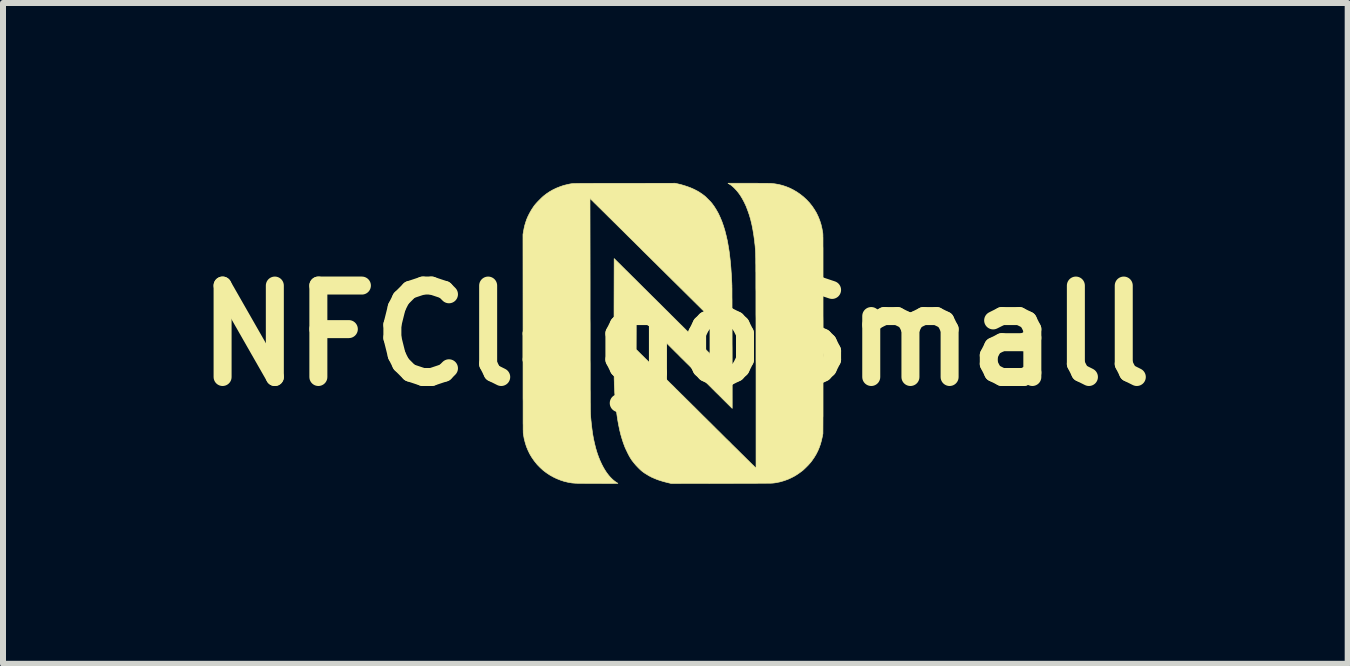
<source format=kicad_pcb>
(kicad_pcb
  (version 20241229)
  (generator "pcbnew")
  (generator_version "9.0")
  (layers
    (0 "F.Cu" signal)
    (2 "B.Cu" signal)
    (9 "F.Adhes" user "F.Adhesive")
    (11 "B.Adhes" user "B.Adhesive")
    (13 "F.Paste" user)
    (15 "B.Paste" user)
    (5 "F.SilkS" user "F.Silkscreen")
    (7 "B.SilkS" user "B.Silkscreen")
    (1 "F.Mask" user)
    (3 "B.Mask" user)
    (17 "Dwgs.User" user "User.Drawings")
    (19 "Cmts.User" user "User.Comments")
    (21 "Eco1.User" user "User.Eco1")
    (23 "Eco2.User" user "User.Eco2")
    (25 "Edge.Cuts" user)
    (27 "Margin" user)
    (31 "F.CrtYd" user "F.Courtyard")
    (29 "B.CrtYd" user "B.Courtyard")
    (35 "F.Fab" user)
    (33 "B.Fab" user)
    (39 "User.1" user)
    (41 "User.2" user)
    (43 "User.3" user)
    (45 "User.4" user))
  (footprint "NFClogoSmall"
    (layer "F.Cu")
    (at 8.208 2.545)
    (property "Reference" "NFClogoSmall" (at 0 0 0) (layer "F.SilkS") (effects (font (size 1.524 1.524) (thickness 0.3))))
    (attr through_hole)
    (fp_poly (pts (xy 0.019 -2.535) (xy 0.085 -2.52) (xy 0.147 -2.502) (xy 0.205 -2.483) (xy 0.26 -2.462) (xy 0.312 -2.439) (xy 0.357 -2.416) (xy 0.377 -2.405) (xy 0.399 -2.392) (xy 0.421 -2.377) (xy 0.444 -2.362) (xy 0.464 -2.347) (xy 0.48 -2.335) (xy 0.491 -2.326) (xy 0.505 -2.314) (xy 0.52 -2.299) (xy 0.536 -2.283) (xy 0.553 -2.266) (xy 0.569 -2.25) (xy 0.585 -2.234) (xy 0.598 -2.219) (xy 0.608 -2.207) (xy 0.61 -2.205) (xy 0.648 -2.153) (xy 0.683 -2.097) (xy 0.717 -2.037) (xy 0.747 -1.972) (xy 0.776 -1.903) (xy 0.802 -1.829) (xy 0.826 -1.751) (xy 0.847 -1.668) (xy 0.867 -1.58) (xy 0.882 -1.495) (xy 0.89 -1.446) (xy 0.898 -1.396) (xy 0.904 -1.346) (xy 0.91 -1.295) (xy 0.916 -1.242) (xy 0.921 -1.187) (xy 0.926 -1.129) (xy 0.93 -1.069) (xy 0.935 -1.004) (xy 0.938 -0.936) (xy 0.942 -0.863) (xy 0.942 -0.85) (xy 0.943 -0.841) (xy 0.943 -0.827) (xy 0.943 -0.809) (xy 0.944 -0.785) (xy 0.944 -0.757) (xy 0.944 -0.723) (xy 0.944 -0.685) (xy 0.944 -0.642) (xy 0.945 -0.594) (xy 0.945 -0.542) (xy 0.945 -0.484) (xy 0.945 -0.422) (xy 0.945 -0.356) (xy 0.946 -0.285) (xy 0.946 -0.209) (xy 0.946 -0.129) (xy 0.946 -0.044) (xy 0.946 0.045) (xy 0.946 0.139) (xy 0.947 0.212) (xy 0.948 1.213) (xy 0.807 1.073) (xy 0.787 1.053) (xy 0.764 1.03) (xy 0.738 1.004) (xy 0.71 0.976) (xy 0.679 0.946) (xy 0.647 0.914) (xy 0.614 0.881) (xy 0.58 0.847) (xy 0.545 0.812) (xy 0.511 0.778) (xy 0.477 0.744) (xy 0.443 0.711) (xy 0.42 0.688) (xy 0.394 0.662) (xy 0.364 0.632) (xy 0.331 0.599) (xy 0.296 0.564) (xy 0.258 0.526) (xy 0.218 0.486) (xy 0.176 0.445) (xy 0.133 0.402) (xy 0.089 0.359) (xy 0.045 0.314) (xy -0.001 0.269) (xy -0.046 0.224) (xy -0.091 0.179) (xy -0.136 0.134) (xy -0.18 0.091) (xy -0.223 0.048) (xy -0.239 0.032) (xy -0.652 -0.378) (xy -0.652 -0.074) (xy -0.653 0.23) (xy -0.556 0.327) (xy -0.546 0.336) (xy -0.533 0.349) (xy -0.517 0.365) (xy -0.498 0.384) (xy -0.475 0.406) (xy -0.45 0.431) (xy -0.422 0.459) (xy -0.392 0.489) (xy -0.36 0.521) (xy -0.325 0.555) (xy -0.288 0.592) (xy -0.25 0.63) (xy -0.21 0.669) (xy -0.168 0.711) (xy -0.126 0.753) (xy -0.082 0.797) (xy -0.036 0.841) (xy 0.009 0.887) (xy 0.056 0.933) (xy 0.103 0.98) (xy 0.137 1.013) (xy 0.185 1.061) (xy 0.233 1.108) (xy 0.28 1.155) (xy 0.327 1.201) (xy 0.373 1.247) (xy 0.418 1.292) (xy 0.462 1.336) (xy 0.505 1.378) (xy 0.547 1.42) (xy 0.587 1.459) (xy 0.625 1.497) (xy 0.662 1.534) (xy 0.696 1.568) (xy 0.728 1.599) (xy 0.758 1.629) (xy 0.785 1.656) (xy 0.809 1.68) (xy 0.83 1.701) (xy 0.848 1.719) (xy 0.863 1.733) (xy 0.87 1.74) (xy 0.911 1.78) (xy 0.95 1.82) (xy 0.989 1.858) (xy 1.027 1.895) (xy 1.063 1.931) (xy 1.098 1.966) (xy 1.131 1.998) (xy 1.162 2.029) (xy 1.191 2.058) (xy 1.219 2.085) (xy 1.244 2.11) (xy 1.266 2.132) (xy 1.286 2.152) (xy 1.304 2.168) (xy 1.318 2.183) (xy 1.329 2.194) (xy 1.338 2.201) (xy 1.343 2.206) (xy 1.344 2.207) (xy 1.344 2.205) (xy 1.344 2.197) (xy 1.345 2.185) (xy 1.345 2.168) (xy 1.345 2.147) (xy 1.345 2.122) (xy 1.345 2.092) (xy 1.345 2.058) (xy 1.345 2.021) (xy 1.345 1.98) (xy 1.345 1.936) (xy 1.345 1.888) (xy 1.345 1.837) (xy 1.345 1.783) (xy 1.345 1.726) (xy 1.345 1.667) (xy 1.345 1.605) (xy 1.345 1.541) (xy 1.345 1.474) (xy 1.345 1.406) (xy 1.345 1.336) (xy 1.345 1.264) (xy 1.345 1.19) (xy 1.345 1.115) (xy 1.345 1.039) (xy 1.345 0.962) (xy 1.345 0.884) (xy 1.345 0.805) (xy 1.345 0.725) (xy 1.345 0.646) (xy 1.345 0.566) (xy 1.345 0.485) (xy 1.344 0.405) (xy 1.344 0.325) (xy 1.344 0.246) (xy 1.344 0.167) (xy 1.344 0.089) (xy 1.344 0.012) (xy 1.344 -0.065) (xy 1.344 -0.14) (xy 1.344 -0.214) (xy 1.344 -0.286) (xy 1.343 -0.356) (xy 1.343 -0.425) (xy 1.343 -0.492) (xy 1.343 -0.556) (xy 1.343 -0.618) (xy 1.343 -0.678) (xy 1.343 -0.735) (xy 1.342 -0.789) (xy 1.342 -0.841) (xy 1.342 -0.889) (xy 1.342 -0.934) (xy 1.342 -0.975) (xy 1.342 -1.013) (xy 1.342 -1.047) (xy 1.341 -1.077) (xy 1.341 -1.103) (xy 1.341 -1.125) (xy 1.341 -1.129) (xy 1.341 -1.174) (xy 1.34 -1.214) (xy 1.34 -1.251) (xy 1.34 -1.283) (xy 1.339 -1.312) (xy 1.338 -1.339) (xy 1.338 -1.362) (xy 1.337 -1.384) (xy 1.336 -1.405) (xy 1.335 -1.424) (xy 1.334 -1.443) (xy 1.332 -1.461) (xy 1.331 -1.48) (xy 1.329 -1.5) (xy 1.327 -1.52) (xy 1.324 -1.543) (xy 1.322 -1.567) (xy 1.321 -1.574) (xy 1.308 -1.67) (xy 1.293 -1.762) (xy 1.276 -1.849) (xy 1.256 -1.933) (xy 1.233 -2.012) (xy 1.207 -2.086) (xy 1.18 -2.157) (xy 1.149 -2.223) (xy 1.116 -2.285) (xy 1.086 -2.334) (xy 1.066 -2.363) (xy 1.047 -2.388) (xy 1.027 -2.413) (xy 1.005 -2.437) (xy 0.995 -2.448) (xy 0.977 -2.466) (xy 0.961 -2.481) (xy 0.947 -2.493) (xy 0.934 -2.504) (xy 0.92 -2.514) (xy 0.905 -2.523) (xy 0.903 -2.525) (xy 0.878 -2.54) (xy 1.214 -2.54) (xy 1.256 -2.54) (xy 1.297 -2.54) (xy 1.336 -2.54) (xy 1.374 -2.54) (xy 1.411 -2.539) (xy 1.444 -2.539) (xy 1.476 -2.539) (xy 1.504 -2.539) (xy 1.529 -2.539) (xy 1.55 -2.538) (xy 1.568 -2.538) (xy 1.581 -2.538) (xy 1.589 -2.538) (xy 1.59 -2.538) (xy 1.656 -2.531) (xy 1.721 -2.52) (xy 1.785 -2.504) (xy 1.848 -2.483) (xy 1.91 -2.458) (xy 1.969 -2.428) (xy 2.027 -2.394) (xy 2.082 -2.356) (xy 2.135 -2.314) (xy 2.185 -2.268) (xy 2.188 -2.265) (xy 2.236 -2.214) (xy 2.279 -2.16) (xy 2.317 -2.104) (xy 2.352 -2.046) (xy 2.381 -1.985) (xy 2.407 -1.921) (xy 2.428 -1.855) (xy 2.444 -1.787) (xy 2.457 -1.716) (xy 2.458 -1.706) (xy 2.458 -1.703) (xy 2.459 -1.7) (xy 2.459 -1.696) (xy 2.459 -1.692) (xy 2.459 -1.687) (xy 2.46 -1.681) (xy 2.46 -1.674) (xy 2.46 -1.665) (xy 2.46 -1.656) (xy 2.46 -1.645) (xy 2.461 -1.632) (xy 2.461 -1.617) (xy 2.461 -1.601) (xy 2.461 -1.583) (xy 2.461 -1.563) (xy 2.461 -1.54) (xy 2.461 -1.516) (xy 2.461 -1.488) (xy 2.462 -1.459) (xy 2.462 -1.426) (xy 2.462 -1.391) (xy 2.462 -1.352) (xy 2.462 -1.311) (xy 2.462 -1.266) (xy 2.462 -1.218) (xy 2.462 -1.167) (xy 2.462 -1.112) (xy 2.462 -1.053) (xy 2.462 -0.991) (xy 2.462 -0.924) (xy 2.462 -0.854) (xy 2.462 -0.779) (xy 2.462 -0.7) (xy 2.462 -0.616) (xy 2.462 -0.528) (xy 2.462 -0.435) (xy 2.462 -0.337) (xy 2.463 -0.246) (xy 2.463 -0.16) (xy 2.463 -0.073) (xy 2.463 0.012) (xy 2.463 0.097) (xy 2.463 0.181) (xy 2.463 0.264) (xy 2.463 0.345) (xy 2.462 0.424) (xy 2.462 0.502) (xy 2.462 0.578) (xy 2.462 0.652) (xy 2.462 0.724) (xy 2.462 0.793) (xy 2.462 0.859) (xy 2.462 0.923) (xy 2.462 0.984) (xy 2.462 1.041) (xy 2.462 1.096) (xy 2.462 1.147) (xy 2.462 1.194) (xy 2.462 1.237) (xy 2.462 1.276) (xy 2.462 1.312) (xy 2.462 1.342) (xy 2.461 1.369) (xy 2.461 1.39) (xy 2.461 1.407) (xy 2.461 1.407) (xy 2.46 1.634) (xy 2.452 1.676) (xy 2.437 1.743) (xy 2.42 1.806) (xy 2.399 1.865) (xy 2.375 1.922) (xy 2.347 1.977) (xy 2.315 2.03) (xy 2.279 2.082) (xy 2.258 2.11) (xy 2.245 2.125) (xy 2.229 2.143) (xy 2.211 2.163) (xy 2.191 2.183) (xy 2.172 2.202) (xy 2.152 2.221) (xy 2.134 2.238) (xy 2.118 2.252) (xy 2.112 2.256) (xy 2.055 2.298) (xy 1.998 2.335) (xy 1.938 2.367) (xy 1.877 2.395) (xy 1.813 2.418) (xy 1.748 2.437) (xy 1.735 2.44) (xy 1.709 2.445) (xy 1.687 2.45) (xy 1.667 2.453) (xy 1.647 2.456) (xy 1.627 2.458) (xy 1.612 2.459) (xy 1.605 2.459) (xy 1.594 2.46) (xy 1.577 2.46) (xy 1.556 2.46) (xy 1.53 2.46) (xy 1.499 2.461) (xy 1.464 2.461) (xy 1.424 2.461) (xy 1.379 2.461) (xy 1.33 2.462) (xy 1.277 2.462) (xy 1.219 2.462) (xy 1.158 2.462) (xy 1.092 2.462) (xy 1.022 2.462) (xy 0.948 2.463) (xy 0.87 2.463) (xy 0.788 2.463) (xy 0.752 2.463) (xy -0.07 2.464) (xy -0.126 2.451) (xy -0.188 2.435) (xy -0.246 2.418) (xy -0.3 2.4) (xy -0.351 2.379) (xy -0.399 2.358) (xy -0.444 2.334) (xy -0.488 2.307) (xy -0.512 2.292) (xy -0.529 2.28) (xy -0.544 2.269) (xy -0.557 2.259) (xy -0.57 2.248) (xy -0.583 2.236) (xy -0.598 2.222) (xy -0.615 2.205) (xy -0.619 2.201) (xy -0.658 2.16) (xy -0.693 2.118) (xy -0.725 2.077) (xy -0.751 2.037) (xy -0.759 2.023) (xy -0.767 2.009) (xy -0.777 1.991) (xy -0.787 1.971) (xy -0.798 1.95) (xy -0.808 1.928) (xy -0.819 1.906) (xy -0.828 1.886) (xy -0.837 1.867) (xy -0.843 1.852) (xy -0.845 1.847) (xy -0.868 1.785) (xy -0.889 1.72) (xy -0.909 1.652) (xy -0.927 1.579) (xy -0.943 1.503) (xy -0.958 1.423) (xy -0.971 1.339) (xy -0.983 1.251) (xy -0.994 1.158) (xy -1.002 1.06) (xy -1.01 0.959) (xy -1.016 0.852) (xy -1.016 0.85) (xy -1.017 0.83) (xy -1.018 0.807) (xy -1.018 0.78) (xy -1.019 0.749) (xy -1.02 0.714) (xy -1.02 0.675) (xy -1.021 0.632) (xy -1.021 0.584) (xy -1.021 0.532) (xy -1.022 0.476) (xy -1.022 0.415) (xy -1.022 0.35) (xy -1.022 0.28) (xy -1.023 0.206) (xy -1.023 0.127) (xy -1.023 0.043) (xy -1.023 -0.045) (xy -1.023 -0.138) (xy -1.023 -0.237) (xy -1.022 -0.34) (xy -1.022 -0.448) (xy -1.022 -0.477) (xy -1.02 -1.285) (xy -0.908 -1.174) (xy -0.899 -1.165) (xy -0.887 -1.153) (xy -0.871 -1.137) (xy -0.852 -1.118) (xy -0.83 -1.096) (xy -0.805 -1.072) (xy -0.778 -1.045) (xy -0.748 -1.015) (xy -0.716 -0.983) (xy -0.681 -0.949) (xy -0.645 -0.913) (xy -0.607 -0.875) (xy -0.567 -0.835) (xy -0.526 -0.794) (xy -0.483 -0.752) (xy -0.439 -0.708) (xy -0.394 -0.663) (xy -0.348 -0.618) (xy -0.302 -0.572) (xy -0.254 -0.525) (xy -0.207 -0.478) (xy -0.159 -0.43) (xy -0.111 -0.383) (xy -0.064 -0.335) (xy -0.016 -0.288) (xy 0.031 -0.241) (xy 0.077 -0.195) (xy 0.123 -0.15) (xy 0.168 -0.105) (xy 0.212 -0.062) (xy 0.255 -0.019) (xy 0.296 0.022) (xy 0.336 0.061) (xy 0.374 0.099) (xy 0.41 0.135) (xy 0.444 0.169) (xy 0.476 0.201) (xy 0.483 0.208) (xy 0.577 0.301) (xy 0.577 -0.003) (xy 0.577 -0.307) (xy 0.011 -0.868) (xy -0.042 -0.92) (xy -0.096 -0.974) (xy -0.15 -1.027) (xy -0.205 -1.082) (xy -0.26 -1.136) (xy -0.315 -1.191) (xy -0.37 -1.245) (xy -0.425 -1.3) (xy -0.48 -1.354) (xy -0.535 -1.408) (xy -0.588 -1.462) (xy -0.642 -1.515) (xy -0.694 -1.567) (xy -0.746 -1.618) (xy -0.797 -1.668) (xy -0.846 -1.717) (xy -0.894 -1.765) (xy -0.941 -1.811) (xy -0.986 -1.856) (xy -1.03 -1.899) (xy -1.071 -1.94) (xy -1.111 -1.979) (xy -1.149 -2.017) (xy -1.184 -2.052) (xy -1.217 -2.084) (xy -1.248 -2.115) (xy -1.276 -2.142) (xy -1.301 -2.167) (xy -1.323 -2.189) (xy -1.343 -2.208) (xy -1.359 -2.224) (xy -1.372 -2.237) (xy -1.381 -2.247) (xy -1.385 -2.25) (xy -1.423 -2.287) (xy -1.421 -0.891) (xy -1.421 -0.804) (xy -1.421 -0.717) (xy -1.421 -0.629) (xy -1.421 -0.542) (xy -1.421 -0.455) (xy -1.421 -0.37) (xy -1.421 -0.285) (xy -1.42 -0.201) (xy -1.42 -0.118) (xy -1.42 -0.037) (xy -1.42 0.042) (xy -1.42 0.119) (xy -1.42 0.194) (xy -1.42 0.267) (xy -1.42 0.337) (xy -1.42 0.405) (xy -1.419 0.469) (xy -1.419 0.531) (xy -1.419 0.589) (xy -1.419 0.643) (xy -1.419 0.694) (xy -1.419 0.74) (xy -1.419 0.783) (xy -1.419 0.821) (xy -1.419 0.854) (xy -1.419 0.883) (xy -1.419 0.893) (xy -1.418 0.946) (xy -1.418 0.994) (xy -1.418 1.038) (xy -1.418 1.078) (xy -1.418 1.114) (xy -1.417 1.146) (xy -1.417 1.175) (xy -1.417 1.202) (xy -1.417 1.225) (xy -1.416 1.247) (xy -1.416 1.266) (xy -1.415 1.284) (xy -1.415 1.301) (xy -1.414 1.316) (xy -1.413 1.331) (xy -1.412 1.346) (xy -1.411 1.36) (xy -1.41 1.374) (xy -1.408 1.39) (xy -1.407 1.406) (xy -1.405 1.423) (xy -1.403 1.441) (xy -1.402 1.455) (xy -1.391 1.548) (xy -1.379 1.637) (xy -1.364 1.721) (xy -1.346 1.801) (xy -1.327 1.878) (xy -1.305 1.951) (xy -1.281 2.02) (xy -1.254 2.086) (xy -1.225 2.149) (xy -1.224 2.15) (xy -1.198 2.2) (xy -1.171 2.245) (xy -1.144 2.286) (xy -1.115 2.324) (xy -1.085 2.359) (xy -1.067 2.377) (xy -1.046 2.398) (xy -1.027 2.414) (xy -1.008 2.429) (xy -0.989 2.443) (xy -0.977 2.45) (xy -0.969 2.455) (xy -0.962 2.459) (xy -0.958 2.462) (xy -0.958 2.463) (xy -0.96 2.463) (xy -0.967 2.463) (xy -0.979 2.463) (xy -0.994 2.463) (xy -1.014 2.463) (xy -1.036 2.464) (xy -1.062 2.464) (xy -1.09 2.464) (xy -1.12 2.464) (xy -1.153 2.464) (xy -1.187 2.464) (xy -1.222 2.464) (xy -1.258 2.463) (xy -1.294 2.463) (xy -1.331 2.463) (xy -1.367 2.463) (xy -1.403 2.463) (xy -1.438 2.463) (xy -1.471 2.463) (xy -1.503 2.463) (xy -1.533 2.462) (xy -1.561 2.462) (xy -1.586 2.462) (xy -1.608 2.462) (xy -1.626 2.462) (xy -1.641 2.461) (xy -1.652 2.461) (xy -1.657 2.461) (xy -1.723 2.456) (xy -1.787 2.445) (xy -1.851 2.43) (xy -1.915 2.409) (xy -1.978 2.384) (xy -2.034 2.357) (xy -2.093 2.324) (xy -2.15 2.286) (xy -2.204 2.245) (xy -2.254 2.199) (xy -2.302 2.15) (xy -2.345 2.097) (xy -2.36 2.077) (xy -2.397 2.023) (xy -2.43 1.967) (xy -2.458 1.908) (xy -2.483 1.848) (xy -2.503 1.784) (xy -2.52 1.718) (xy -2.532 1.649) (xy -2.534 1.637) (xy -2.534 1.635) (xy -2.535 1.632) (xy -2.535 1.629) (xy -2.535 1.625) (xy -2.535 1.621) (xy -2.536 1.615) (xy -2.536 1.609) (xy -2.536 1.602) (xy -2.536 1.593) (xy -2.536 1.583) (xy -2.537 1.572) (xy -2.537 1.559) (xy -2.537 1.544) (xy -2.537 1.528) (xy -2.537 1.509) (xy -2.537 1.489) (xy -2.538 1.466) (xy -2.538 1.442) (xy -2.538 1.415) (xy -2.538 1.385) (xy -2.538 1.353) (xy -2.538 1.318) (xy -2.538 1.28) (xy -2.538 1.239) (xy -2.538 1.195) (xy -2.538 1.148) (xy -2.538 1.098) (xy -2.539 1.044) (xy -2.539 0.987) (xy -2.539 0.926) (xy -2.539 0.861) (xy -2.539 0.793) (xy -2.539 0.72) (xy -2.539 0.643) (xy -2.539 0.562) (xy -2.539 0.477) (xy -2.539 0.387) (xy -2.539 0.293) (xy -2.539 0.194) (xy -2.539 0.09) (xy -2.539 -0.019) (xy -2.539 -0.041) (xy -2.54 -1.688) (xy -2.531 -1.739) (xy -2.521 -1.793) (xy -2.509 -1.843) (xy -2.495 -1.889) (xy -2.48 -1.934) (xy -2.462 -1.977) (xy -2.441 -2.02) (xy -2.418 -2.063) (xy -2.4 -2.094) (xy -2.384 -2.119) (xy -2.369 -2.141) (xy -2.355 -2.162) (xy -2.34 -2.181) (xy -2.323 -2.201) (xy -2.304 -2.222) (xy -2.283 -2.244) (xy -2.276 -2.251) (xy -2.261 -2.266) (xy -2.246 -2.281) (xy -2.232 -2.295) (xy -2.218 -2.308) (xy -2.207 -2.318) (xy -2.199 -2.326) (xy -2.198 -2.326) (xy -2.149 -2.364) (xy -2.097 -2.399) (xy -2.041 -2.431) (xy -1.983 -2.459) (xy -1.922 -2.483) (xy -1.861 -2.504) (xy -1.799 -2.519) (xy -1.768 -2.526) (xy -1.762 -2.527) (xy -1.756 -2.528) (xy -1.751 -2.529) (xy -1.746 -2.53) (xy -1.741 -2.531) (xy -1.736 -2.532) (xy -1.73 -2.532) (xy -1.724 -2.533) (xy -1.717 -2.534) (xy -1.71 -2.534) (xy -1.701 -2.535) (xy -1.691 -2.535) (xy -1.68 -2.536) (xy -1.668 -2.536) (xy -1.653 -2.536) (xy -1.637 -2.537) (xy -1.619 -2.537) (xy -1.599 -2.537) (xy -1.576 -2.538) (xy -1.55 -2.538) (xy -1.522 -2.538) (xy -1.491 -2.538) (xy -1.457 -2.538) (xy -1.42 -2.538) (xy -1.379 -2.538) (xy -1.335 -2.539) (xy -1.287 -2.539) (xy -1.235 -2.539) (xy -1.179 -2.539) (xy -1.119 -2.539) (xy -1.054 -2.539) (xy -0.985 -2.539) (xy -0.911 -2.539) (xy -0.847 -2.539) (xy -0.006 -2.54) (xy 0.019 -2.535)) (stroke (width 0.01) (type solid)) (fill yes) (layer "F.SilkS")))
  (gr_rect
    (start -3 -3)
    (end 19.416 8.015)
    (stroke (width 0.1) (type default))
    (fill no)
    (layer "Edge.Cuts")))
</source>
